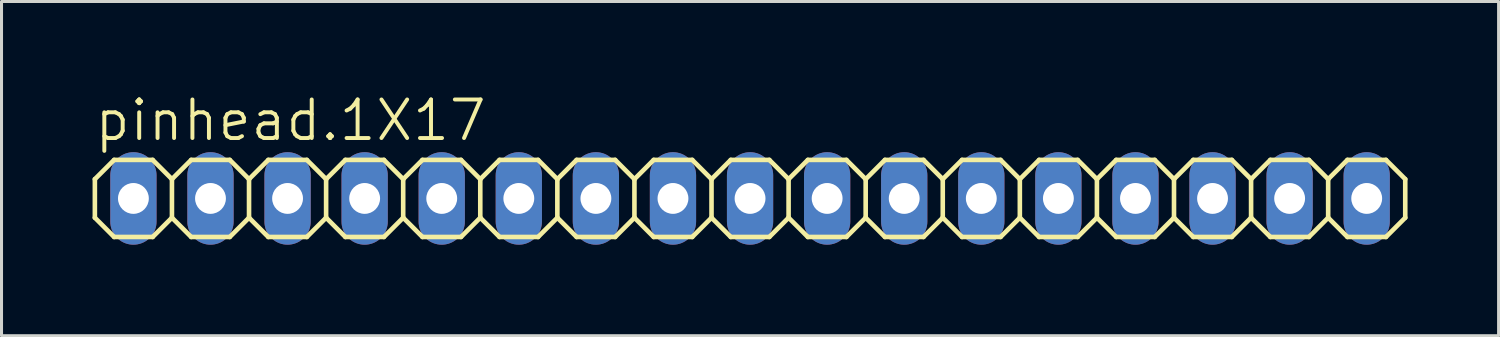
<source format=kicad_pcb>
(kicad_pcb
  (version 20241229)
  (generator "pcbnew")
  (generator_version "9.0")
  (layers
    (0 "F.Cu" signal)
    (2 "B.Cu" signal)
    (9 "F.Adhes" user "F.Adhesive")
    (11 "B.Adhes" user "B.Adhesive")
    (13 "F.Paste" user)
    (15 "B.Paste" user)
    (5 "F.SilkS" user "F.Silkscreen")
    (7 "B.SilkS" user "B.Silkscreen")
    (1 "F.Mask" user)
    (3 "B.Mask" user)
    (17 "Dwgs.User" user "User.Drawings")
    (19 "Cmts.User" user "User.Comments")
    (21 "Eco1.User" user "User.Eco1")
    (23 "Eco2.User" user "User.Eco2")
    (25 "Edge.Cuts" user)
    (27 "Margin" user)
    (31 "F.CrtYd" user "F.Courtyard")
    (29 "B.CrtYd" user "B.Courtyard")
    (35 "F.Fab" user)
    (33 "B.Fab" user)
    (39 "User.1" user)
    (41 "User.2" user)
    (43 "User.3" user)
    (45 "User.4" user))
  (footprint "pinhead.1X17"
    (layer "F.Cu")
    (at 21.666 3.489)
    (property "Reference" "pinhead.1X17" (at -21.666 -1.829 0) (layer "F.SilkS") (effects (font (size 1.27 1.27) (thickness 0.13)) (justify left bottom)))
    (attr through_hole)
    (fp_line (start -21.59 -0.635) (end -21.59 0.635) (stroke (width 0.152) (type default)) (layer "F.SilkS"))
    (fp_line (start -21.59 0.635) (end -20.955 1.27) (stroke (width 0.152) (type default)) (layer "F.SilkS"))
    (fp_line (start -20.955 -1.27) (end -21.59 -0.635) (stroke (width 0.152) (type default)) (layer "F.SilkS"))
    (fp_line (start -20.955 -1.27) (end -19.685 -1.27) (stroke (width 0.152) (type default)) (layer "F.SilkS"))
    (fp_line (start -19.685 -1.27) (end -19.05 -0.635) (stroke (width 0.152) (type default)) (layer "F.SilkS"))
    (fp_line (start -19.685 1.27) (end -20.955 1.27) (stroke (width 0.152) (type default)) (layer "F.SilkS"))
    (fp_line (start -19.05 -0.635) (end -19.05 0.635) (stroke (width 0.152) (type default)) (layer "F.SilkS"))
    (fp_line (start -19.05 -0.635) (end -18.415 -1.27) (stroke (width 0.152) (type default)) (layer "F.SilkS"))
    (fp_line (start -19.05 0.635) (end -19.685 1.27) (stroke (width 0.152) (type default)) (layer "F.SilkS"))
    (fp_line (start -18.415 -1.27) (end -17.145 -1.27) (stroke (width 0.152) (type default)) (layer "F.SilkS"))
    (fp_line (start -18.415 1.27) (end -19.05 0.635) (stroke (width 0.152) (type default)) (layer "F.SilkS"))
    (fp_line (start -17.145 -1.27) (end -16.51 -0.635) (stroke (width 0.152) (type default)) (layer "F.SilkS"))
    (fp_line (start -17.145 1.27) (end -18.415 1.27) (stroke (width 0.152) (type default)) (layer "F.SilkS"))
    (fp_line (start -16.51 -0.635) (end -16.51 0.635) (stroke (width 0.152) (type default)) (layer "F.SilkS"))
    (fp_line (start -16.51 -0.635) (end -15.875 -1.27) (stroke (width 0.152) (type default)) (layer "F.SilkS"))
    (fp_line (start -16.51 0.635) (end -17.145 1.27) (stroke (width 0.152) (type default)) (layer "F.SilkS"))
    (fp_line (start -15.875 -1.27) (end -14.605 -1.27) (stroke (width 0.152) (type default)) (layer "F.SilkS"))
    (fp_line (start -15.875 1.27) (end -16.51 0.635) (stroke (width 0.152) (type default)) (layer "F.SilkS"))
    (fp_line (start -14.605 -1.27) (end -13.97 -0.635) (stroke (width 0.152) (type default)) (layer "F.SilkS"))
    (fp_line (start -14.605 1.27) (end -15.875 1.27) (stroke (width 0.152) (type default)) (layer "F.SilkS"))
    (fp_line (start -13.97 -0.635) (end -13.97 0.635) (stroke (width 0.152) (type default)) (layer "F.SilkS"))
    (fp_line (start -13.97 0.635) (end -14.605 1.27) (stroke (width 0.152) (type default)) (layer "F.SilkS"))
    (fp_line (start -13.97 0.635) (end -13.335 1.27) (stroke (width 0.152) (type default)) (layer "F.SilkS"))
    (fp_line (start -13.335 -1.27) (end -13.97 -0.635) (stroke (width 0.152) (type default)) (layer "F.SilkS"))
    (fp_line (start -13.335 -1.27) (end -12.065 -1.27) (stroke (width 0.152) (type default)) (layer "F.SilkS"))
    (fp_line (start -12.065 -1.27) (end -11.43 -0.635) (stroke (width 0.152) (type default)) (layer "F.SilkS"))
    (fp_line (start -12.065 1.27) (end -13.335 1.27) (stroke (width 0.152) (type default)) (layer "F.SilkS"))
    (fp_line (start -11.43 -0.635) (end -11.43 0.635) (stroke (width 0.152) (type default)) (layer "F.SilkS"))
    (fp_line (start -11.43 -0.635) (end -10.795 -1.27) (stroke (width 0.152) (type default)) (layer "F.SilkS"))
    (fp_line (start -11.43 0.635) (end -12.065 1.27) (stroke (width 0.152) (type default)) (layer "F.SilkS"))
    (fp_line (start -10.795 -1.27) (end -9.525 -1.27) (stroke (width 0.152) (type default)) (layer "F.SilkS"))
    (fp_line (start -10.795 1.27) (end -11.43 0.635) (stroke (width 0.152) (type default)) (layer "F.SilkS"))
    (fp_line (start -9.525 -1.27) (end -8.89 -0.635) (stroke (width 0.152) (type default)) (layer "F.SilkS"))
    (fp_line (start -9.525 1.27) (end -10.795 1.27) (stroke (width 0.152) (type default)) (layer "F.SilkS"))
    (fp_line (start -8.89 -0.635) (end -8.89 0.635) (stroke (width 0.152) (type default)) (layer "F.SilkS"))
    (fp_line (start -8.89 -0.635) (end -8.255 -1.27) (stroke (width 0.152) (type default)) (layer "F.SilkS"))
    (fp_line (start -8.89 0.635) (end -9.525 1.27) (stroke (width 0.152) (type default)) (layer "F.SilkS"))
    (fp_line (start -8.255 -1.27) (end -6.985 -1.27) (stroke (width 0.152) (type default)) (layer "F.SilkS"))
    (fp_line (start -8.255 1.27) (end -8.89 0.635) (stroke (width 0.152) (type default)) (layer "F.SilkS"))
    (fp_line (start -6.985 -1.27) (end -6.35 -0.635) (stroke (width 0.152) (type default)) (layer "F.SilkS"))
    (fp_line (start -6.985 1.27) (end -8.255 1.27) (stroke (width 0.152) (type default)) (layer "F.SilkS"))
    (fp_line (start -6.35 -0.635) (end -6.35 0.635) (stroke (width 0.152) (type default)) (layer "F.SilkS"))
    (fp_line (start -6.35 0.635) (end -6.985 1.27) (stroke (width 0.152) (type default)) (layer "F.SilkS"))
    (fp_line (start -6.35 0.635) (end -5.715 1.27) (stroke (width 0.152) (type default)) (layer "F.SilkS"))
    (fp_line (start -5.715 -1.27) (end -6.35 -0.635) (stroke (width 0.152) (type default)) (layer "F.SilkS"))
    (fp_line (start -5.715 -1.27) (end -4.445 -1.27) (stroke (width 0.152) (type default)) (layer "F.SilkS"))
    (fp_line (start -4.445 -1.27) (end -3.81 -0.635) (stroke (width 0.152) (type default)) (layer "F.SilkS"))
    (fp_line (start -4.445 1.27) (end -5.715 1.27) (stroke (width 0.152) (type default)) (layer "F.SilkS"))
    (fp_line (start -3.81 -0.635) (end -3.81 0.635) (stroke (width 0.152) (type default)) (layer "F.SilkS"))
    (fp_line (start -3.81 -0.635) (end -3.175 -1.27) (stroke (width 0.152) (type default)) (layer "F.SilkS"))
    (fp_line (start -3.81 0.635) (end -4.445 1.27) (stroke (width 0.152) (type default)) (layer "F.SilkS"))
    (fp_line (start -3.175 -1.27) (end -1.905 -1.27) (stroke (width 0.152) (type default)) (layer "F.SilkS"))
    (fp_line (start -3.175 1.27) (end -3.81 0.635) (stroke (width 0.152) (type default)) (layer "F.SilkS"))
    (fp_line (start -1.905 -1.27) (end -1.27 -0.635) (stroke (width 0.152) (type default)) (layer "F.SilkS"))
    (fp_line (start -1.905 1.27) (end -3.175 1.27) (stroke (width 0.152) (type default)) (layer "F.SilkS"))
    (fp_line (start -1.27 -0.635) (end -1.27 0.635) (stroke (width 0.152) (type default)) (layer "F.SilkS"))
    (fp_line (start -1.27 -0.635) (end -0.635 -1.27) (stroke (width 0.152) (type default)) (layer "F.SilkS"))
    (fp_line (start -1.27 0.635) (end -1.905 1.27) (stroke (width 0.152) (type default)) (layer "F.SilkS"))
    (fp_line (start -0.635 -1.27) (end 0.635 -1.27) (stroke (width 0.152) (type default)) (layer "F.SilkS"))
    (fp_line (start -0.635 1.27) (end -1.27 0.635) (stroke (width 0.152) (type default)) (layer "F.SilkS"))
    (fp_line (start 0.635 -1.27) (end 1.27 -0.635) (stroke (width 0.152) (type default)) (layer "F.SilkS"))
    (fp_line (start 0.635 1.27) (end -0.635 1.27) (stroke (width 0.152) (type default)) (layer "F.SilkS"))
    (fp_line (start 1.27 -0.635) (end 1.27 0.635) (stroke (width 0.152) (type default)) (layer "F.SilkS"))
    (fp_line (start 1.27 0.635) (end 0.635 1.27) (stroke (width 0.152) (type default)) (layer "F.SilkS"))
    (fp_line (start 1.27 0.635) (end 1.905 1.27) (stroke (width 0.152) (type default)) (layer "F.SilkS"))
    (fp_line (start 1.905 -1.27) (end 1.27 -0.635) (stroke (width 0.152) (type default)) (layer "F.SilkS"))
    (fp_line (start 1.905 -1.27) (end 3.175 -1.27) (stroke (width 0.152) (type default)) (layer "F.SilkS"))
    (fp_line (start 3.175 -1.27) (end 3.81 -0.635) (stroke (width 0.152) (type default)) (layer "F.SilkS"))
    (fp_line (start 3.175 1.27) (end 1.905 1.27) (stroke (width 0.152) (type default)) (layer "F.SilkS"))
    (fp_line (start 3.81 -0.635) (end 3.81 0.635) (stroke (width 0.152) (type default)) (layer "F.SilkS"))
    (fp_line (start 3.81 -0.635) (end 4.445 -1.27) (stroke (width 0.152) (type default)) (layer "F.SilkS"))
    (fp_line (start 3.81 0.635) (end 3.175 1.27) (stroke (width 0.152) (type default)) (layer "F.SilkS"))
    (fp_line (start 4.445 -1.27) (end 5.715 -1.27) (stroke (width 0.152) (type default)) (layer "F.SilkS"))
    (fp_line (start 4.445 1.27) (end 3.81 0.635) (stroke (width 0.152) (type default)) (layer "F.SilkS"))
    (fp_line (start 5.715 -1.27) (end 6.35 -0.635) (stroke (width 0.152) (type default)) (layer "F.SilkS"))
    (fp_line (start 5.715 1.27) (end 4.445 1.27) (stroke (width 0.152) (type default)) (layer "F.SilkS"))
    (fp_line (start 6.35 -0.635) (end 6.35 0.635) (stroke (width 0.152) (type default)) (layer "F.SilkS"))
    (fp_line (start 6.35 -0.635) (end 6.985 -1.27) (stroke (width 0.152) (type default)) (layer "F.SilkS"))
    (fp_line (start 6.35 0.635) (end 5.715 1.27) (stroke (width 0.152) (type default)) (layer "F.SilkS"))
    (fp_line (start 6.985 -1.27) (end 8.255 -1.27) (stroke (width 0.152) (type default)) (layer "F.SilkS"))
    (fp_line (start 6.985 1.27) (end 6.35 0.635) (stroke (width 0.152) (type default)) (layer "F.SilkS"))
    (fp_line (start 8.255 -1.27) (end 8.89 -0.635) (stroke (width 0.152) (type default)) (layer "F.SilkS"))
    (fp_line (start 8.255 1.27) (end 6.985 1.27) (stroke (width 0.152) (type default)) (layer "F.SilkS"))
    (fp_line (start 8.89 -0.635) (end 8.89 0.635) (stroke (width 0.152) (type default)) (layer "F.SilkS"))
    (fp_line (start 8.89 0.635) (end 8.255 1.27) (stroke (width 0.152) (type default)) (layer "F.SilkS"))
    (fp_line (start 8.89 0.635) (end 9.525 1.27) (stroke (width 0.152) (type default)) (layer "F.SilkS"))
    (fp_line (start 9.525 -1.27) (end 8.89 -0.635) (stroke (width 0.152) (type default)) (layer "F.SilkS"))
    (fp_line (start 9.525 -1.27) (end 10.795 -1.27) (stroke (width 0.152) (type default)) (layer "F.SilkS"))
    (fp_line (start 10.795 -1.27) (end 11.43 -0.635) (stroke (width 0.152) (type default)) (layer "F.SilkS"))
    (fp_line (start 10.795 1.27) (end 9.525 1.27) (stroke (width 0.152) (type default)) (layer "F.SilkS"))
    (fp_line (start 11.43 -0.635) (end 11.43 0.635) (stroke (width 0.152) (type default)) (layer "F.SilkS"))
    (fp_line (start 11.43 -0.635) (end 12.065 -1.27) (stroke (width 0.152) (type default)) (layer "F.SilkS"))
    (fp_line (start 11.43 0.635) (end 10.795 1.27) (stroke (width 0.152) (type default)) (layer "F.SilkS"))
    (fp_line (start 12.065 -1.27) (end 13.335 -1.27) (stroke (width 0.152) (type default)) (layer "F.SilkS"))
    (fp_line (start 12.065 1.27) (end 11.43 0.635) (stroke (width 0.152) (type default)) (layer "F.SilkS"))
    (fp_line (start 13.335 -1.27) (end 13.97 -0.635) (stroke (width 0.152) (type default)) (layer "F.SilkS"))
    (fp_line (start 13.335 1.27) (end 12.065 1.27) (stroke (width 0.152) (type default)) (layer "F.SilkS"))
    (fp_line (start 13.97 -0.635) (end 13.97 0.635) (stroke (width 0.152) (type default)) (layer "F.SilkS"))
    (fp_line (start 13.97 -0.635) (end 14.605 -1.27) (stroke (width 0.152) (type default)) (layer "F.SilkS"))
    (fp_line (start 13.97 0.635) (end 13.335 1.27) (stroke (width 0.152) (type default)) (layer "F.SilkS"))
    (fp_line (start 14.605 -1.27) (end 15.875 -1.27) (stroke (width 0.152) (type default)) (layer "F.SilkS"))
    (fp_line (start 14.605 1.27) (end 13.97 0.635) (stroke (width 0.152) (type default)) (layer "F.SilkS"))
    (fp_line (start 15.875 -1.27) (end 16.51 -0.635) (stroke (width 0.152) (type default)) (layer "F.SilkS"))
    (fp_line (start 15.875 1.27) (end 14.605 1.27) (stroke (width 0.152) (type default)) (layer "F.SilkS"))
    (fp_line (start 16.51 -0.635) (end 16.51 0.635) (stroke (width 0.152) (type default)) (layer "F.SilkS"))
    (fp_line (start 16.51 0.635) (end 15.875 1.27) (stroke (width 0.152) (type default)) (layer "F.SilkS"))
    (fp_line (start 16.51 0.635) (end 17.145 1.27) (stroke (width 0.152) (type default)) (layer "F.SilkS"))
    (fp_line (start 17.145 -1.27) (end 16.51 -0.635) (stroke (width 0.152) (type default)) (layer "F.SilkS"))
    (fp_line (start 17.145 -1.27) (end 18.415 -1.27) (stroke (width 0.152) (type default)) (layer "F.SilkS"))
    (fp_line (start 18.415 -1.27) (end 19.05 -0.635) (stroke (width 0.152) (type default)) (layer "F.SilkS"))
    (fp_line (start 18.415 1.27) (end 17.145 1.27) (stroke (width 0.152) (type default)) (layer "F.SilkS"))
    (fp_line (start 19.05 -0.635) (end 19.05 0.635) (stroke (width 0.152) (type default)) (layer "F.SilkS"))
    (fp_line (start 19.05 -0.635) (end 19.685 -1.27) (stroke (width 0.152) (type default)) (layer "F.SilkS"))
    (fp_line (start 19.05 0.635) (end 18.415 1.27) (stroke (width 0.152) (type default)) (layer "F.SilkS"))
    (fp_line (start 19.685 -1.27) (end 20.955 -1.27) (stroke (width 0.152) (type default)) (layer "F.SilkS"))
    (fp_line (start 19.685 1.27) (end 19.05 0.635) (stroke (width 0.152) (type default)) (layer "F.SilkS"))
    (fp_line (start 20.955 -1.27) (end 21.59 -0.635) (stroke (width 0.152) (type default)) (layer "F.SilkS"))
    (fp_line (start 20.955 1.27) (end 19.685 1.27) (stroke (width 0.152) (type default)) (layer "F.SilkS"))
    (fp_line (start 21.59 -0.635) (end 21.59 0.635) (stroke (width 0.152) (type default)) (layer "F.SilkS"))
    (fp_line (start 21.59 0.635) (end 20.955 1.27) (stroke (width 0.152) (type default)) (layer "F.SilkS"))
    (fp_rect (start -20.574 0.254) (end -20.066 -0.254) (stroke (width 0.05) (type default)) (fill no) (layer "F.Fab"))
    (fp_rect (start -18.034 0.254) (end -17.526 -0.254) (stroke (width 0.05) (type default)) (fill no) (layer "F.Fab"))
    (fp_rect (start -15.494 0.254) (end -14.986 -0.254) (stroke (width 0.05) (type default)) (fill no) (layer "F.Fab"))
    (fp_rect (start -12.954 0.254) (end -12.446 -0.254) (stroke (width 0.05) (type default)) (fill no) (layer "F.Fab"))
    (fp_rect (start -10.414 0.254) (end -9.906 -0.254) (stroke (width 0.05) (type default)) (fill no) (layer "F.Fab"))
    (fp_rect (start -7.874 0.254) (end -7.366 -0.254) (stroke (width 0.05) (type default)) (fill no) (layer "F.Fab"))
    (fp_rect (start -5.334 0.254) (end -4.826 -0.254) (stroke (width 0.05) (type default)) (fill no) (layer "F.Fab"))
    (fp_rect (start -2.794 0.254) (end -2.286 -0.254) (stroke (width 0.05) (type default)) (fill no) (layer "F.Fab"))
    (fp_rect (start -0.254 0.254) (end 0.254 -0.254) (stroke (width 0.05) (type default)) (fill no) (layer "F.Fab"))
    (fp_rect (start 2.286 0.254) (end 2.794 -0.254) (stroke (width 0.05) (type default)) (fill no) (layer "F.Fab"))
    (fp_rect (start 4.826 0.254) (end 5.334 -0.254) (stroke (width 0.05) (type default)) (fill no) (layer "F.Fab"))
    (fp_rect (start 7.366 0.254) (end 7.874 -0.254) (stroke (width 0.05) (type default)) (fill no) (layer "F.Fab"))
    (fp_rect (start 9.906 0.254) (end 10.414 -0.254) (stroke (width 0.05) (type default)) (fill no) (layer "F.Fab"))
    (fp_rect (start 12.446 0.254) (end 12.954 -0.254) (stroke (width 0.05) (type default)) (fill no) (layer "F.Fab"))
    (fp_rect (start 14.986 0.254) (end 15.494 -0.254) (stroke (width 0.05) (type default)) (fill no) (layer "F.Fab"))
    (fp_rect (start 17.526 0.254) (end 18.034 -0.254) (stroke (width 0.05) (type default)) (fill no) (layer "F.Fab"))
    (fp_rect (start 20.066 0.254) (end 20.574 -0.254) (stroke (width 0.05) (type default)) (fill no) (layer "F.Fab"))
    (pad "1" thru_hole oval (at -20.32 0 90) (size 3.048 1.524) (drill 1.016) (layers "*.Cu" "*.Mask"))
    (pad "2" thru_hole oval (at -17.78 0 90) (size 3.048 1.524) (drill 1.016) (layers "*.Cu" "*.Mask"))
    (pad "3" thru_hole oval (at -15.24 0 90) (size 3.048 1.524) (drill 1.016) (layers "*.Cu" "*.Mask"))
    (pad "4" thru_hole oval (at -12.7 0 90) (size 3.048 1.524) (drill 1.016) (layers "*.Cu" "*.Mask"))
    (pad "5" thru_hole oval (at -10.16 0 90) (size 3.048 1.524) (drill 1.016) (layers "*.Cu" "*.Mask"))
    (pad "6" thru_hole oval (at -7.62 0 90) (size 3.048 1.524) (drill 1.016) (layers "*.Cu" "*.Mask"))
    (pad "7" thru_hole oval (at -5.08 0 90) (size 3.048 1.524) (drill 1.016) (layers "*.Cu" "*.Mask"))
    (pad "8" thru_hole oval (at -2.54 0 90) (size 3.048 1.524) (drill 1.016) (layers "*.Cu" "*.Mask"))
    (pad "9" thru_hole oval (at 0 0 90) (size 3.048 1.524) (drill 1.016) (layers "*.Cu" "*.Mask"))
    (pad "10" thru_hole oval (at 2.54 0 90) (size 3.048 1.524) (drill 1.016) (layers "*.Cu" "*.Mask"))
    (pad "11" thru_hole oval (at 5.08 0 90) (size 3.048 1.524) (drill 1.016) (layers "*.Cu" "*.Mask"))
    (pad "12" thru_hole oval (at 7.62 0 90) (size 3.048 1.524) (drill 1.016) (layers "*.Cu" "*.Mask"))
    (pad "13" thru_hole oval (at 10.16 0 90) (size 3.048 1.524) (drill 1.016) (layers "*.Cu" "*.Mask"))
    (pad "14" thru_hole oval (at 12.7 0 90) (size 3.048 1.524) (drill 1.016) (layers "*.Cu" "*.Mask"))
    (pad "15" thru_hole oval (at 15.24 0 90) (size 3.048 1.524) (drill 1.016) (layers "*.Cu" "*.Mask"))
    (pad "16" thru_hole oval (at 17.78 0 90) (size 3.048 1.524) (drill 1.016) (layers "*.Cu" "*.Mask"))
    (pad "17" thru_hole oval (at 20.32 0 90) (size 3.048 1.524) (drill 1.016) (layers "*.Cu" "*.Mask")))
  (gr_rect
    (start -3 -3)
    (end 46.332 8.013)
    (stroke (width 0.1) (type default))
    (fill no)
    (layer "Edge.Cuts")))
</source>
